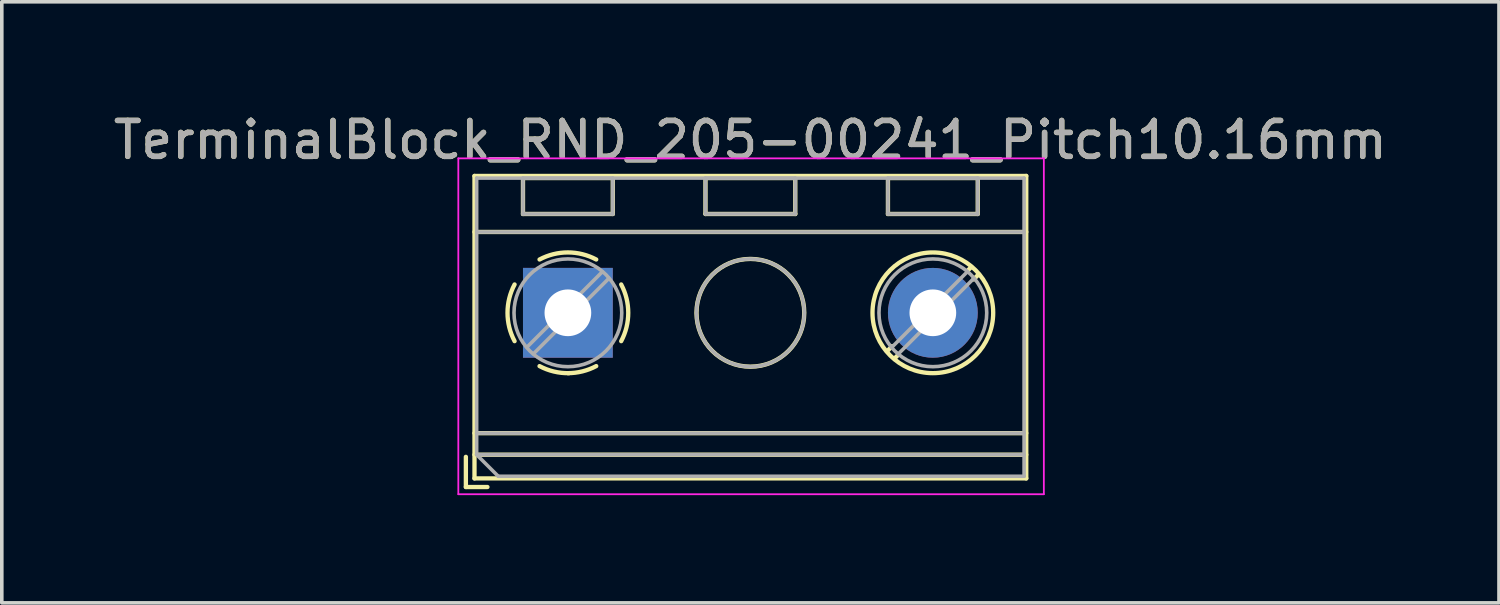
<source format=kicad_pcb>
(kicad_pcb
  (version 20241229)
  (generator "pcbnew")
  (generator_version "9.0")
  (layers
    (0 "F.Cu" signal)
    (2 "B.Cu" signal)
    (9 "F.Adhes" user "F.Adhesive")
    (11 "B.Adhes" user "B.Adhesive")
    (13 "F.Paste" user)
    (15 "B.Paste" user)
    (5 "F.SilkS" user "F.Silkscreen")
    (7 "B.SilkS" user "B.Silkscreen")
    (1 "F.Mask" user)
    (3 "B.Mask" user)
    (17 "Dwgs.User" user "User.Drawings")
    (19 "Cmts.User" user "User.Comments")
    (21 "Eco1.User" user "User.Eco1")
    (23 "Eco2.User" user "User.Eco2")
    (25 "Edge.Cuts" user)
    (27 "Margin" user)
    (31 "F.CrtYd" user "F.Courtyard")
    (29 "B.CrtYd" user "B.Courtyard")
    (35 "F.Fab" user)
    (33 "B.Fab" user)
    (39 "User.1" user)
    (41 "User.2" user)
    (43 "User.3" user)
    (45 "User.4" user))
  (footprint "TerminalBlock_RND_205-00241_Pitch10.16mm"
    (layer "F.Cu")
    (at 12.759 5.658)
    (property "Reference" "TerminalBlock_RND_205-00241_Pitch10.16mm" (at 5.08 -4.81 0) (layer "F.SilkS") (effects (font (size 1 1) (thickness 0.15))))
    (attr through_hole)
    (fp_line (start -2.84 4.01) (end -2.84 4.85) (stroke (width 0.12) (type solid)) (layer "F.SilkS"))
    (fp_line (start -2.84 4.85) (end -2.24 4.85) (stroke (width 0.12) (type solid)) (layer "F.SilkS"))
    (fp_line (start -2.6 -3.81) (end -2.6 4.61) (stroke (width 0.12) (type solid)) (layer "F.SilkS"))
    (fp_line (start -2.6 -2.25) (end 12.76 -2.25) (stroke (width 0.12) (type solid)) (layer "F.SilkS"))
    (fp_line (start -2.6 3.35) (end 12.76 3.35) (stroke (width 0.12) (type solid)) (layer "F.SilkS"))
    (fp_line (start -2.6 3.95) (end 12.76 3.95) (stroke (width 0.12) (type solid)) (layer "F.SilkS"))
    (fp_line (start -2.6 4.61) (end 12.76 4.61) (stroke (width 0.12) (type solid)) (layer "F.SilkS"))
    (fp_line (start -1.25 -3.751) (end -1.25 -2.751) (stroke (width 0.12) (type solid)) (layer "F.SilkS"))
    (fp_line (start -1.25 -3.751) (end 1.25 -3.751) (stroke (width 0.12) (type solid)) (layer "F.SilkS"))
    (fp_line (start -1.25 -2.751) (end 1.25 -2.751) (stroke (width 0.12) (type solid)) (layer "F.SilkS"))
    (fp_line (start 1.25 -3.751) (end 1.25 -2.751) (stroke (width 0.12) (type solid)) (layer "F.SilkS"))
    (fp_line (start 3.83 -3.751) (end 3.83 -2.751) (stroke (width 0.12) (type solid)) (layer "F.SilkS"))
    (fp_line (start 3.83 -3.751) (end 6.33 -3.751) (stroke (width 0.12) (type solid)) (layer "F.SilkS"))
    (fp_line (start 3.83 -2.751) (end 6.33 -2.751) (stroke (width 0.12) (type solid)) (layer "F.SilkS"))
    (fp_line (start 6.33 -3.751) (end 6.33 -2.751) (stroke (width 0.12) (type solid)) (layer "F.SilkS"))
    (fp_line (start 8.91 -3.751) (end 8.91 -2.751) (stroke (width 0.12) (type solid)) (layer "F.SilkS"))
    (fp_line (start 8.91 -3.751) (end 11.41 -3.751) (stroke (width 0.12) (type solid)) (layer "F.SilkS"))
    (fp_line (start 8.91 -2.751) (end 11.41 -2.751) (stroke (width 0.12) (type solid)) (layer "F.SilkS"))
    (fp_line (start 9.027 0.929) (end 8.886 1.069) (stroke (width 0.12) (type solid)) (layer "F.SilkS"))
    (fp_line (start 9.197 1.169) (end 9.091 1.274) (stroke (width 0.12) (type solid)) (layer "F.SilkS"))
    (fp_line (start 11.23 -1.275) (end 11.124 -1.169) (stroke (width 0.12) (type solid)) (layer "F.SilkS"))
    (fp_line (start 11.41 -3.751) (end 11.41 -2.751) (stroke (width 0.12) (type solid)) (layer "F.SilkS"))
    (fp_line (start 11.435 -1.069) (end 11.294 -0.929) (stroke (width 0.12) (type solid)) (layer "F.SilkS"))
    (fp_line (start 12.76 -3.81) (end -2.6 -3.81) (stroke (width 0.12) (type solid)) (layer "F.SilkS"))
    (fp_line (start 12.76 4.61) (end 12.76 -3.81) (stroke (width 0.12) (type solid)) (layer "F.SilkS"))
    (fp_arc (start -1.483953 0.789089) (mid -1.680708 0.00005) (end -1.484 -0.789) (stroke (width 0.12) (type solid)) (layer "F.SilkS"))
    (fp_arc (start -0.789089 -1.483953) (mid -0.00005 -1.680708) (end 0.789 -1.484) (stroke (width 0.12) (type solid)) (layer "F.SilkS"))
    (fp_arc (start 0.029383 1.68045) (mid -0.392304 1.634281) (end -0.789 1.484) (stroke (width 0.12) (type solid)) (layer "F.SilkS"))
    (fp_arc (start 0.788712 1.483352) (mid 0.406429 1.630097) (end 0 1.68) (stroke (width 0.12) (type solid)) (layer "F.SilkS"))
    (fp_arc (start 1.483953 -0.789089) (mid 1.680708 -0.00005) (end 1.484 0.789) (stroke (width 0.12) (type solid)) (layer "F.SilkS"))
    (fp_circle (center 5.08 0) (end 6.58 0) (stroke (width 0.12) (type solid)) (fill no) (layer "F.SilkS"))
    (fp_circle (center 10.16 0) (end 11.84 0) (stroke (width 0.12) (type solid)) (fill no) (layer "F.SilkS"))
    (fp_line (start -3.05 -4.3) (end -3.05 5.05) (stroke (width 0.05) (type solid)) (layer "F.CrtYd"))
    (fp_line (start -3.05 5.05) (end 13.25 5.05) (stroke (width 0.05) (type solid)) (layer "F.CrtYd"))
    (fp_line (start 13.25 -4.3) (end -3.05 -4.3) (stroke (width 0.05) (type solid)) (layer "F.CrtYd"))
    (fp_line (start 13.25 5.05) (end 13.25 -4.3) (stroke (width 0.05) (type solid)) (layer "F.CrtYd"))
    (fp_line (start -2.54 -3.75) (end 12.7 -3.75) (stroke (width 0.1) (type solid)) (layer "F.Fab"))
    (fp_line (start -2.54 -2.25) (end 12.7 -2.25) (stroke (width 0.1) (type solid)) (layer "F.Fab"))
    (fp_line (start -2.54 3.35) (end 12.7 3.35) (stroke (width 0.1) (type solid)) (layer "F.Fab"))
    (fp_line (start -2.54 3.95) (end -2.54 -3.75) (stroke (width 0.1) (type solid)) (layer "F.Fab"))
    (fp_line (start -2.54 3.95) (end 12.7 3.95) (stroke (width 0.1) (type solid)) (layer "F.Fab"))
    (fp_line (start -1.94 4.55) (end -2.54 3.95) (stroke (width 0.1) (type solid)) (layer "F.Fab"))
    (fp_line (start -1.25 -3.75) (end -1.25 -2.75) (stroke (width 0.1) (type solid)) (layer "F.Fab"))
    (fp_line (start -1.25 -2.75) (end 1.25 -2.75) (stroke (width 0.1) (type solid)) (layer "F.Fab"))
    (fp_line (start 0.955 -1.138) (end -1.138 0.955) (stroke (width 0.1) (type solid)) (layer "F.Fab"))
    (fp_line (start 1.138 -0.955) (end -0.955 1.138) (stroke (width 0.1) (type solid)) (layer "F.Fab"))
    (fp_line (start 1.25 -3.75) (end -1.25 -3.75) (stroke (width 0.1) (type solid)) (layer "F.Fab"))
    (fp_line (start 1.25 -2.75) (end 1.25 -3.75) (stroke (width 0.1) (type solid)) (layer "F.Fab"))
    (fp_line (start 3.83 -3.75) (end 3.83 -2.75) (stroke (width 0.1) (type solid)) (layer "F.Fab"))
    (fp_line (start 3.83 -2.75) (end 6.33 -2.75) (stroke (width 0.1) (type solid)) (layer "F.Fab"))
    (fp_line (start 6.33 -3.75) (end 3.83 -3.75) (stroke (width 0.1) (type solid)) (layer "F.Fab"))
    (fp_line (start 6.33 -2.75) (end 6.33 -3.75) (stroke (width 0.1) (type solid)) (layer "F.Fab"))
    (fp_line (start 8.91 -3.75) (end 8.91 -2.75) (stroke (width 0.1) (type solid)) (layer "F.Fab"))
    (fp_line (start 8.91 -2.75) (end 11.41 -2.75) (stroke (width 0.1) (type solid)) (layer "F.Fab"))
    (fp_line (start 11.115 -1.138) (end 9.023 0.955) (stroke (width 0.1) (type solid)) (layer "F.Fab"))
    (fp_line (start 11.298 -0.955) (end 9.206 1.138) (stroke (width 0.1) (type solid)) (layer "F.Fab"))
    (fp_line (start 11.41 -3.75) (end 8.91 -3.75) (stroke (width 0.1) (type solid)) (layer "F.Fab"))
    (fp_line (start 11.41 -2.75) (end 11.41 -3.75) (stroke (width 0.1) (type solid)) (layer "F.Fab"))
    (fp_line (start 12.7 -3.75) (end 12.7 4.55) (stroke (width 0.1) (type solid)) (layer "F.Fab"))
    (fp_line (start 12.7 4.55) (end -1.94 4.55) (stroke (width 0.1) (type solid)) (layer "F.Fab"))
    (fp_circle (center 0 0) (end 1.5 0) (stroke (width 0.1) (type solid)) (fill no) (layer "F.Fab"))
    (fp_circle (center 5.08 0) (end 6.58 0) (stroke (width 0.1) (type solid)) (fill no) (layer "F.Fab"))
    (fp_circle (center 10.16 0) (end 11.66 0) (stroke (width 0.1) (type solid)) (fill no) (layer "F.Fab"))
    (fp_text user "${REFERENCE}" (at 5.08 -4.81 0) (layer "F.Fab") (effects (font (size 1 1) (thickness 0.15))))
    (pad "1" thru_hole rect (at 0 0) (size 2.5 2.5) (drill 1.3) (layers "*.Cu" "*.Mask"))
    (pad "2" thru_hole oval (at 10.16 0) (size 2.5 2.5) (drill 1.3) (layers "*.Cu" "*.Mask")))
  (gr_rect
    (start -3 -3)
    (end 38.679 13.733)
    (stroke (width 0.1) (type default))
    (fill no)
    (layer "Edge.Cuts")))
</source>
